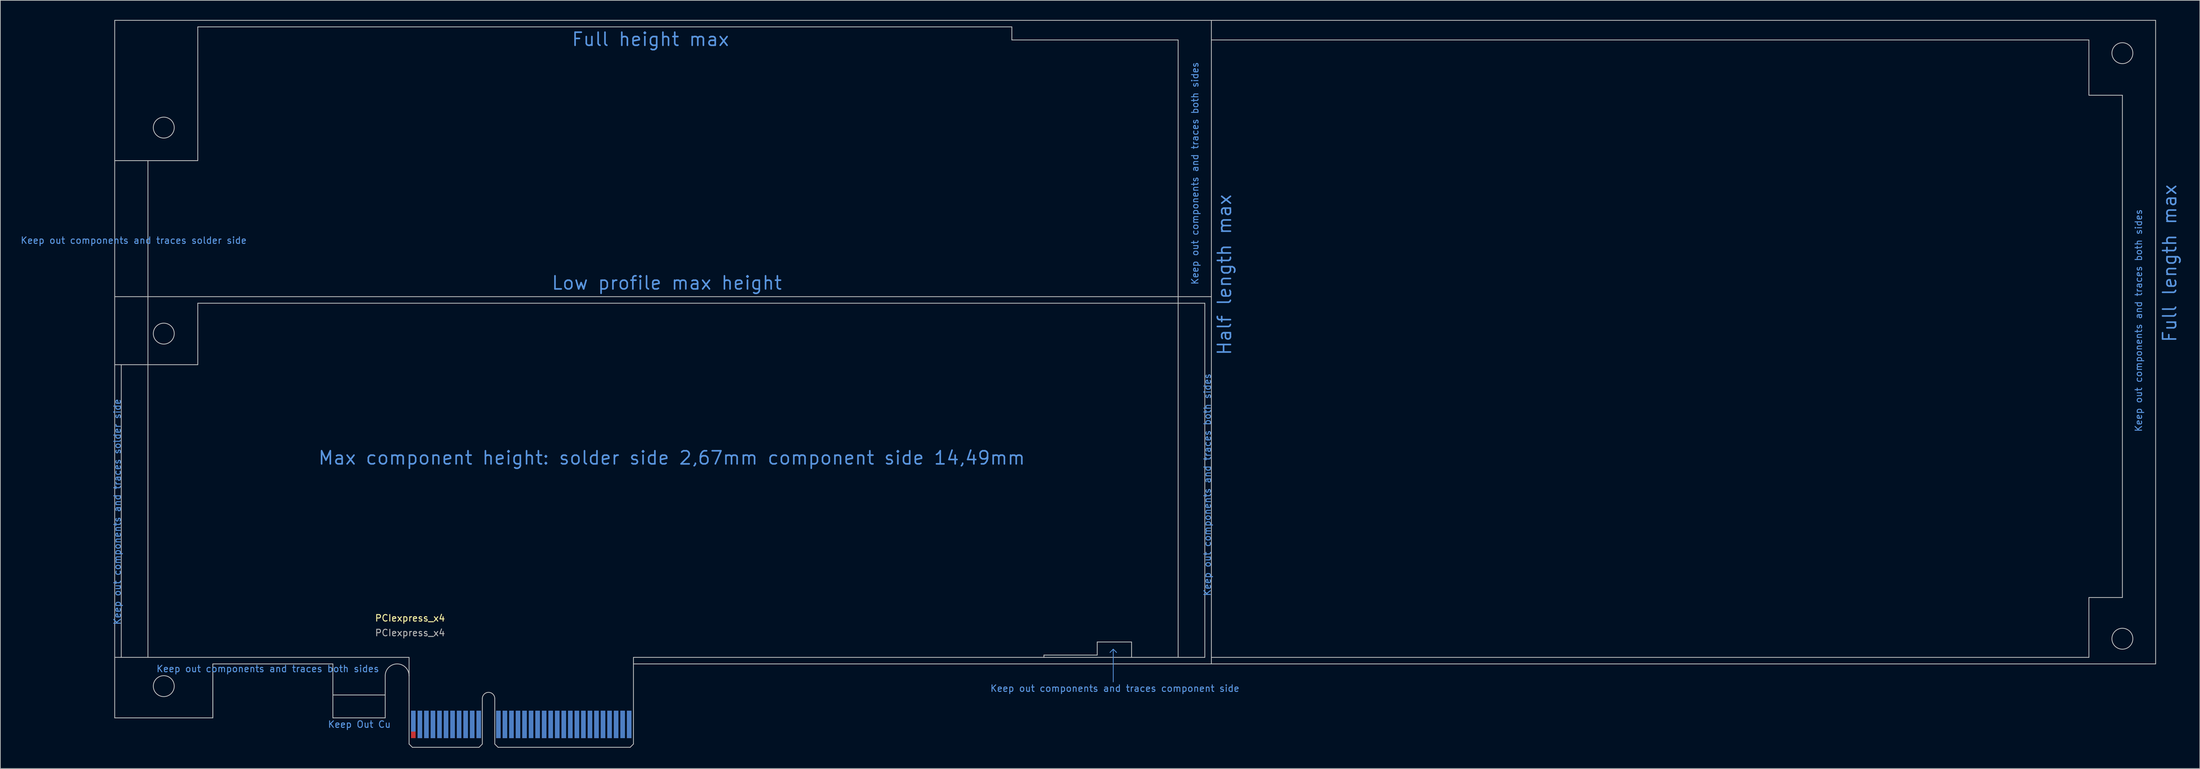
<source format=kicad_pcb>
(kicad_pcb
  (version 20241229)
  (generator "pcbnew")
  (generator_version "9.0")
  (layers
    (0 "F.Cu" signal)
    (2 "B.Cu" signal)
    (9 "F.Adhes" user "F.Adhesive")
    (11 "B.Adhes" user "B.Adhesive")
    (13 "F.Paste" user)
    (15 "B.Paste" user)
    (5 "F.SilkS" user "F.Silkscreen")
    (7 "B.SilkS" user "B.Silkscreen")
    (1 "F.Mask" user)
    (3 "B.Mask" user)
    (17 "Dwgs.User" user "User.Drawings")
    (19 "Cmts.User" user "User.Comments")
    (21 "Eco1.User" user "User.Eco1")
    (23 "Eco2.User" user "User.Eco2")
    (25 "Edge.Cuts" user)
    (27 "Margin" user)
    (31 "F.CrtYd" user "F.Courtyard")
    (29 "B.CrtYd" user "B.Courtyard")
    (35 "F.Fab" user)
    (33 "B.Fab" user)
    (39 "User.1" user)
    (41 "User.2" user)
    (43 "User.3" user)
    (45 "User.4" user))
  (footprint "PCIexpress_x4"
    (layer "F.Cu")
    (at 59.637 111.21)
    (property "Reference" "PCIexpress_x4" (at 0 -19.75 0) (layer "F.SilkS") (effects (font (size 1 1) (thickness 0.15))))
    (attr exclude_from_pos_files exclude_from_bom)
    (fp_poly (pts (xy -11.8 -4.5) (xy -11.8 -8) (xy -3.8 -8) (xy -3.8 -4.5)) (stroke (width 0) (type solid)) (fill yes) (layer "F.Mask"))
    (fp_poly (pts (xy -0.25 -5.5) (xy 34.25 -5.5) (xy 34.25 0) (xy -0.25 0)) (stroke (width 0.2) (type solid)) (fill yes) (layer "F.Mask"))
    (fp_poly (pts (xy -11.8 -4.5) (xy -11.8 -8) (xy -3.8 -8) (xy -3.8 -4.5)) (stroke (width 0) (type solid)) (fill yes) (layer "B.Mask"))
    (fp_poly (pts (xy -0.25 -5.5) (xy 34.25 -5.5) (xy 34.25 0) (xy -0.25 0)) (stroke (width 0.2) (type solid)) (fill yes) (layer "B.Mask"))
    (fp_line (start -45.15 -111.15) (end -45.15 -4.5) (stroke (width 0.12) (type solid)) (layer "Dwgs.User"))
    (fp_line (start -45.15 -111.15) (end 122.5 -111.15) (stroke (width 0.12) (type solid)) (layer "Dwgs.User"))
    (fp_line (start -45.15 -89.7) (end -32.45 -89.7) (stroke (width 0.12) (type solid)) (layer "Dwgs.User"))
    (fp_line (start -45.15 -68.9) (end 122.5 -68.9) (stroke (width 0.12) (type solid)) (layer "Dwgs.User"))
    (fp_line (start -45.15 -58.5) (end -32.45 -58.5) (stroke (width 0.12) (type solid)) (layer "Dwgs.User"))
    (fp_line (start -44.15 -58.5) (end -44.15 -13.75) (stroke (width 0.12) (type solid)) (layer "Dwgs.User"))
    (fp_line (start -40.07 -13.75) (end -40.07 -89.7) (stroke (width 0.12) (type solid)) (layer "Dwgs.User"))
    (fp_line (start -32.45 -110.15) (end -32.45 -89.7) (stroke (width 0.12) (type solid)) (layer "Dwgs.User"))
    (fp_line (start -32.45 -110.15) (end 92 -110.15) (stroke (width 0.12) (type solid)) (layer "Dwgs.User"))
    (fp_line (start -32.45 -67.9) (end 121.5 -67.9) (stroke (width 0.12) (type solid)) (layer "Dwgs.User"))
    (fp_line (start -32.45 -58.5) (end -32.45 -67.9) (stroke (width 0.12) (type solid)) (layer "Dwgs.User"))
    (fp_line (start -30.15 -12.75) (end -11.8 -12.75) (stroke (width 0.12) (type solid)) (layer "Dwgs.User"))
    (fp_line (start -30.15 -4.5) (end -45.15 -4.5) (stroke (width 0.12) (type solid)) (layer "Dwgs.User"))
    (fp_line (start -11.8 -8) (end -3.8 -8) (stroke (width 0.12) (type solid)) (layer "Dwgs.User"))
    (fp_line (start -11.8 -4.5) (end -11.8 -12.75) (stroke (width 0.12) (type solid)) (layer "Dwgs.User"))
    (fp_line (start -11.8 -4.5) (end -3.8 -4.5) (stroke (width 0.12) (type solid)) (layer "Dwgs.User"))
    (fp_line (start -3.8 -4.5) (end -3.8 -10.925) (stroke (width 0.12) (type solid)) (layer "Dwgs.User"))
    (fp_line (start -0.15 -13.75) (end -45.15 -13.75) (stroke (width 0.12) (type solid)) (layer "Dwgs.User"))
    (fp_line (start -0.15 -10.925) (end -0.15 -13.75) (stroke (width 0.12) (type solid)) (layer "Dwgs.User"))
    (fp_line (start -0.15 -0.5) (end -0.15 -10.925) (stroke (width 0.12) (type solid)) (layer "Dwgs.User"))
    (fp_line (start -0.15 -0.5) (end 0.35 0) (stroke (width 0.12) (type solid)) (layer "Dwgs.User"))
    (fp_line (start 0.35 0) (end 10.55 0) (stroke (width 0.12) (type solid)) (layer "Dwgs.User"))
    (fp_line (start 11.05 -7.45) (end 11.05 -0.5) (stroke (width 0.12) (type solid)) (layer "Dwgs.User"))
    (fp_line (start 11.05 -0.5) (end 10.55 0) (stroke (width 0.12) (type solid)) (layer "Dwgs.User"))
    (fp_line (start 12.95 -7.45) (end 12.95 -0.5) (stroke (width 0.12) (type solid)) (layer "Dwgs.User"))
    (fp_line (start 12.95 -0.5) (end 13.45 0) (stroke (width 0.12) (type solid)) (layer "Dwgs.User"))
    (fp_line (start 13.45 0) (end 33.65 0) (stroke (width 0.12) (type solid)) (layer "Dwgs.User"))
    (fp_line (start 34.15 -13.75) (end 121.5 -13.75) (stroke (width 0.12) (type solid)) (layer "Dwgs.User"))
    (fp_line (start 34.15 -12.75) (end 34.15 -13.75) (stroke (width 0.12) (type solid)) (layer "Dwgs.User"))
    (fp_line (start 34.15 -12.75) (end 122.503 -12.75) (stroke (width 0.12) (type solid)) (layer "Dwgs.User"))
    (fp_line (start 34.15 -0.5) (end 33.65 0) (stroke (width 0.12) (type solid)) (layer "Dwgs.User"))
    (fp_line (start 34.15 -0.5) (end 34.15 -12.75) (stroke (width 0.12) (type solid)) (layer "Dwgs.User"))
    (fp_line (start 92 -110.15) (end 92 -108.15) (stroke (width 0.12) (type solid)) (layer "Dwgs.User"))
    (fp_line (start 92 -108.15) (end 117.42 -108.15) (stroke (width 0.12) (type solid)) (layer "Dwgs.User"))
    (fp_line (start 96.9 -14.1) (end 96.9 -13.75) (stroke (width 0.12) (type solid)) (layer "Dwgs.User"))
    (fp_line (start 96.9 -14.1) (end 105.05 -14.1) (stroke (width 0.12) (type solid)) (layer "Dwgs.User"))
    (fp_line (start 105.05 -16.1) (end 110.3 -16.1) (stroke (width 0.12) (type solid)) (layer "Dwgs.User"))
    (fp_line (start 105.05 -14.1) (end 105.05 -16.1) (stroke (width 0.12) (type solid)) (layer "Dwgs.User"))
    (fp_line (start 110.3 -16.1) (end 110.3 -13.75) (stroke (width 0.12) (type solid)) (layer "Dwgs.User"))
    (fp_line (start 117.42 -108.15) (end 117.42 -13.75) (stroke (width 0.12) (type solid)) (layer "Dwgs.User"))
    (fp_line (start 121.5 -67.9) (end 121.5 -13.75) (stroke (width 0.12) (type solid)) (layer "Dwgs.User"))
    (fp_line (start 122.5 -111.15) (end 122.5 -12.75) (stroke (width 0.12) (type solid)) (layer "Dwgs.User"))
    (fp_line (start 122.5 -111.15) (end 266.85 -111.15) (stroke (width 0.12) (type solid)) (layer "Dwgs.User"))
    (fp_line (start 122.5 -108.15) (end 256.65 -108.15) (stroke (width 0.12) (type solid)) (layer "Dwgs.User"))
    (fp_line (start 122.5 -13.75) (end 256.65 -13.75) (stroke (width 0.12) (type solid)) (layer "Dwgs.User"))
    (fp_line (start 122.503 -12.75) (end 266.853 -12.75) (stroke (width 0.12) (type solid)) (layer "Dwgs.User"))
    (fp_line (start 256.65 -108.15) (end 256.65 -99.7) (stroke (width 0.12) (type solid)) (layer "Dwgs.User"))
    (fp_line (start 256.65 -99.7) (end 261.77 -99.7) (stroke (width 0.12) (type solid)) (layer "Dwgs.User"))
    (fp_line (start 256.65 -22.9) (end 261.77 -22.9) (stroke (width 0.12) (type solid)) (layer "Dwgs.User"))
    (fp_line (start 256.65 -13.75) (end 256.65 -22.9) (stroke (width 0.12) (type solid)) (layer "Dwgs.User"))
    (fp_line (start 261.77 -99.7) (end 261.77 -22.9) (stroke (width 0.12) (type solid)) (layer "Dwgs.User"))
    (fp_line (start 266.85 -111.15) (end 266.853 -12.75) (stroke (width 0.12) (type solid)) (layer "Dwgs.User"))
    (fp_arc (start -3.8 -10.925) (mid -1.975 -12.75) (end -0.15 -10.925) (stroke (width 0.12) (type solid)) (layer "Dwgs.User"))
    (fp_arc (start 11.05 -7.45) (mid 12 -8.4) (end 12.95 -7.45) (stroke (width 0.12) (type solid)) (layer "Dwgs.User"))
    (fp_circle (center -37.65 -94.75) (end -36.05 -94.75) (stroke (width 0.12) (type solid)) (fill no) (layer "Dwgs.User"))
    (fp_circle (center -37.65 -63.25) (end -36.05 -63.25) (stroke (width 0.12) (type solid)) (fill no) (layer "Dwgs.User"))
    (fp_circle (center -37.65 -9.35) (end -36.05 -9.35) (stroke (width 0.12) (type solid)) (fill no) (layer "Dwgs.User"))
    (fp_circle (center 261.77 -106.13) (end 263.37 -106.13) (stroke (width 0.12) (type solid)) (fill no) (layer "Dwgs.User"))
    (fp_circle (center 261.77 -16.6) (end 263.37 -16.6) (stroke (width 0.12) (type solid)) (fill no) (layer "Dwgs.User"))
    (fp_line (start 107.5 -15) (end 107 -14.5) (stroke (width 0.12) (type solid)) (layer "Cmts.User"))
    (fp_line (start 107.5 -15) (end 108 -14.5) (stroke (width 0.12) (type solid)) (layer "Cmts.User"))
    (fp_line (start 107.5 -10) (end 107.5 -15) (stroke (width 0.12) (type solid)) (layer "Cmts.User"))
    (fp_line (start -30.15 -4.5) (end -30.15 -12.75) (stroke (width 0.12) (type solid)) (layer "Edge.Cuts"))
    (fp_text user "Keep out components and traces both sides" (at -21.75 -12 0) (layer "Cmts.User") (effects (font (size 1 1) (thickness 0.15))))
    (fp_text user "Full height max" (at 36.75 -108.25 0) (layer "Cmts.User") (effects (font (size 2 2) (thickness 0.25))))
    (fp_text user "Full length max" (at 269 -74 90) (layer "Cmts.User") (effects (font (size 2 2) (thickness 0.25))))
    (fp_text user "Half length max" (at 124.5 -72.25 90) (layer "Cmts.User") (effects (font (size 2 2) (thickness 0.25))))
    (fp_text user "Low profile max height" (at 39.25 -71 0) (layer "Cmts.User") (effects (font (size 2 2) (thickness 0.25))))
    (fp_text user "Keep out components and traces both sides" (at 120 -87.75 90) (layer "Cmts.User") (effects (font (size 1 1) (thickness 0.15))))
    (fp_text user "Keep out components and traces both sides" (at 264.25 -65.25 90) (layer "Cmts.User") (effects (font (size 1 1) (thickness 0.15))))
    (fp_text user "Keep Out Cu" (at -7.75 -3.5 0) (layer "Cmts.User") (effects (font (size 1 1) (thickness 0.15))))
    (fp_text user "Keep out components and traces both sides" (at 121.893 -40.135 90) (layer "Cmts.User") (effects (font (size 1 1) (thickness 0.15))))
    (fp_text user "Max component height: solder side 2,67mm component side 14,49mm" (at 40 -44.25 0) (layer "Cmts.User") (effects (font (size 2 2) (thickness 0.25))))
    (fp_text user "Keep out components and traces solder side" (at -42.25 -77.5 180) (layer "Cmts.User") (effects (font (size 1 1) (thickness 0.15))))
    (fp_text user "Keep out components and traces solder side" (at -44.75 -36 90) (layer "Cmts.User") (effects (font (size 1 1) (thickness 0.15))))
    (fp_text user "Keep out components and traces component side" (at 107.75 -9 180) (layer "Cmts.User") (effects (font (size 1 1) (thickness 0.15))))
    (fp_text user "${REFERENCE}" (at 0 -17.5 0) (layer "F.Fab") (effects (font (size 1 1) (thickness 0.15))))
    (pad "A1" connect rect (at 0.5 -4) (size 0.7 3.2) (layers "B.Cu"))
    (pad "A2" connect rect (at 1.5 -3.5) (size 0.7 4.2) (layers "B.Cu"))
    (pad "A3" connect rect (at 2.5 -3.5) (size 0.7 4.2) (layers "B.Cu"))
    (pad "A4" connect rect (at 3.5 -3.5) (size 0.7 4.2) (layers "B.Cu"))
    (pad "A5" connect rect (at 4.5 -3.5) (size 0.7 4.2) (layers "B.Cu"))
    (pad "A6" connect rect (at 5.5 -3.5) (size 0.7 4.2) (layers "B.Cu"))
    (pad "A7" connect rect (at 6.5 -3.5) (size 0.7 4.2) (layers "B.Cu"))
    (pad "A8" connect rect (at 7.5 -3.5) (size 0.7 4.2) (layers "B.Cu"))
    (pad "A9" connect rect (at 8.5 -3.5) (size 0.7 4.2) (layers "B.Cu"))
    (pad "A10" connect rect (at 9.5 -3.5) (size 0.7 4.2) (layers "B.Cu"))
    (pad "A11" connect rect (at 10.5 -3.5) (size 0.7 4.2) (layers "B.Cu"))
    (pad "A12" connect rect (at 13.5 -3.5) (size 0.7 4.2) (layers "B.Cu"))
    (pad "A13" connect rect (at 14.5 -3.5) (size 0.7 4.2) (layers "B.Cu"))
    (pad "A14" connect rect (at 15.5 -3.5) (size 0.7 4.2) (layers "B.Cu"))
    (pad "A15" connect rect (at 16.5 -3.5) (size 0.7 4.2) (layers "B.Cu"))
    (pad "A16" connect rect (at 17.5 -3.5) (size 0.7 4.2) (layers "B.Cu"))
    (pad "A17" connect rect (at 18.5 -3.5) (size 0.7 4.2) (layers "B.Cu"))
    (pad "A18" connect rect (at 19.5 -3.5) (size 0.7 4.2) (layers "B.Cu"))
    (pad "A19" connect rect (at 20.5 -3.5) (size 0.7 4.2) (layers "B.Cu"))
    (pad "A20" connect rect (at 21.5 -3.5) (size 0.7 4.2) (layers "B.Cu"))
    (pad "A21" connect rect (at 22.5 -3.5) (size 0.7 4.2) (layers "B.Cu"))
    (pad "A22" connect rect (at 23.5 -3.5) (size 0.7 4.2) (layers "B.Cu"))
    (pad "A23" connect rect (at 24.5 -3.5) (size 0.7 4.2) (layers "B.Cu"))
    (pad "A24" connect rect (at 25.5 -3.5) (size 0.7 4.2) (layers "B.Cu"))
    (pad "A25" connect rect (at 26.5 -3.5) (size 0.7 4.2) (layers "B.Cu"))
    (pad "A26" connect rect (at 27.5 -3.5) (size 0.7 4.2) (layers "B.Cu"))
    (pad "A27" connect rect (at 28.5 -3.5) (size 0.7 4.2) (layers "B.Cu"))
    (pad "A28" connect rect (at 29.5 -3.5) (size 0.7 4.2) (layers "B.Cu"))
    (pad "A29" connect rect (at 30.5 -3.5) (size 0.7 4.2) (layers "B.Cu"))
    (pad "A30" connect rect (at 31.5 -3.5) (size 0.7 4.2) (layers "B.Cu"))
    (pad "A31" connect rect (at 32.5 -3.5) (size 0.7 4.2) (layers "B.Cu"))
    (pad "A32" connect rect (at 33.5 -3.5) (size 0.7 4.2) (layers "B.Cu"))
    (pad "B1" connect rect (at 0.5 -3.5) (size 0.7 4.2) (layers "F.Cu"))
    (pad "B2" connect rect (at 1.5 -3.5) (size 0.7 4.2) (layers "F.Cu"))
    (pad "B3" connect rect (at 2.5 -3.5) (size 0.7 4.2) (layers "F.Cu"))
    (pad "B4" connect rect (at 3.5 -3.5) (size 0.7 4.2) (layers "F.Cu"))
    (pad "B5" connect rect (at 4.5 -3.5) (size 0.7 4.2) (layers "F.Cu"))
    (pad "B6" connect rect (at 5.5 -3.5) (size 0.7 4.2) (layers "F.Cu"))
    (pad "B7" connect rect (at 6.5 -3.5) (size 0.7 4.2) (layers "F.Cu"))
    (pad "B8" connect rect (at 7.5 -3.5) (size 0.7 4.2) (layers "F.Cu"))
    (pad "B9" connect rect (at 8.5 -3.5) (size 0.7 4.2) (layers "F.Cu"))
    (pad "B10" connect rect (at 9.5 -3.5) (size 0.7 4.2) (layers "F.Cu"))
    (pad "B11" connect rect (at 10.5 -3.5) (size 0.7 4.2) (layers "F.Cu"))
    (pad "B12" connect rect (at 13.5 -3.5) (size 0.7 4.2) (layers "F.Cu"))
    (pad "B13" connect rect (at 14.5 -3.5) (size 0.7 4.2) (layers "F.Cu"))
    (pad "B14" connect rect (at 15.5 -3.5) (size 0.7 4.2) (layers "F.Cu"))
    (pad "B15" connect rect (at 16.5 -3.5) (size 0.7 4.2) (layers "F.Cu"))
    (pad "B16" connect rect (at 17.5 -3.5) (size 0.7 4.2) (layers "F.Cu"))
    (pad "B17" connect rect (at 18.5 -4) (size 0.7 3.2) (layers "F.Cu"))
    (pad "B18" connect rect (at 19.5 -3.5) (size 0.7 4.2) (layers "F.Cu"))
    (pad "B19" connect rect (at 20.5 -3.5) (size 0.7 4.2) (layers "F.Cu"))
    (pad "B20" connect rect (at 21.5 -3.5) (size 0.7 4.2) (layers "F.Cu"))
    (pad "B21" connect rect (at 22.5 -3.5) (size 0.7 4.2) (layers "F.Cu"))
    (pad "B22" connect rect (at 23.5 -3.5) (size 0.7 4.2) (layers "F.Cu"))
    (pad "B23" connect rect (at 24.5 -3.5) (size 0.7 4.2) (layers "F.Cu"))
    (pad "B24" connect rect (at 25.5 -3.5) (size 0.7 4.2) (layers "F.Cu"))
    (pad "B25" connect rect (at 26.5 -3.5) (size 0.7 4.2) (layers "F.Cu"))
    (pad "B26" connect rect (at 27.5 -3.5) (size 0.7 4.2) (layers "F.Cu"))
    (pad "B27" connect rect (at 28.5 -3.5) (size 0.7 4.2) (layers "F.Cu"))
    (pad "B28" connect rect (at 29.5 -3.5) (size 0.7 4.2) (layers "F.Cu"))
    (pad "B29" connect rect (at 30.5 -3.5) (size 0.7 4.2) (layers "F.Cu"))
    (pad "B30" connect rect (at 31.5 -3.5) (size 0.7 4.2) (layers "F.Cu"))
    (pad "B31" connect rect (at 32.5 -4) (size 0.7 3.2) (layers "F.Cu"))
    (pad "B32" connect rect (at 33.5 -3.5) (size 0.7 4.2) (layers "F.Cu")))
  (gr_rect
    (start -3 -3)
    (end 333.246 114.46)
    (stroke (width 0.1) (type default))
    (fill no)
    (layer "Edge.Cuts")))
</source>
